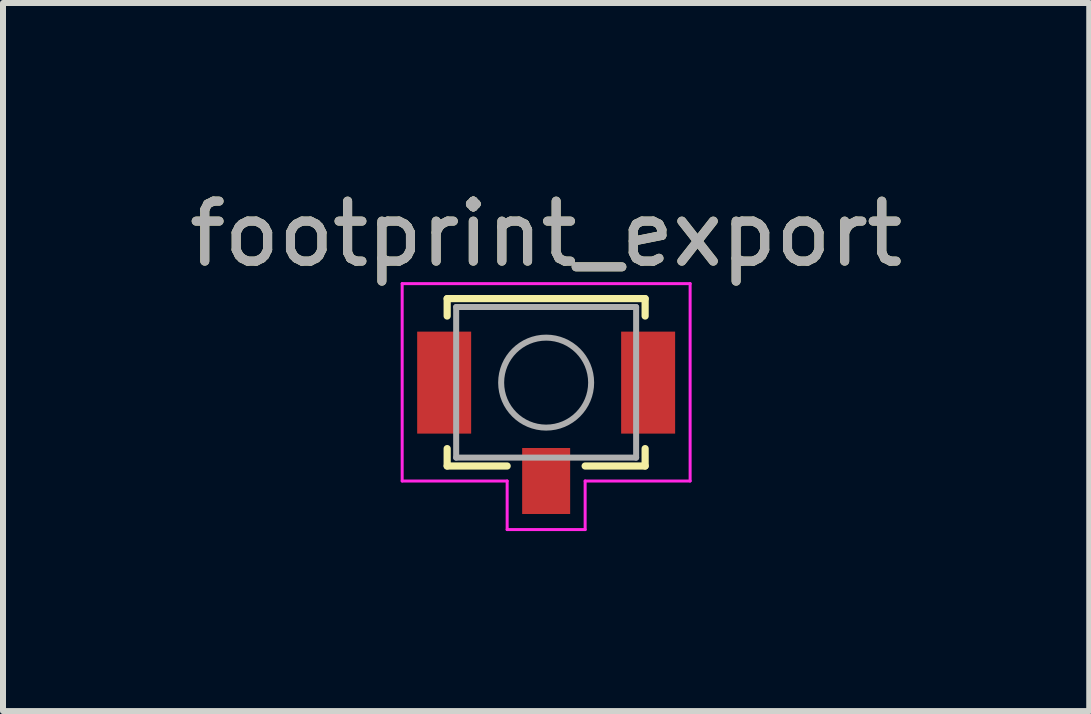
<source format=kicad_pcb>
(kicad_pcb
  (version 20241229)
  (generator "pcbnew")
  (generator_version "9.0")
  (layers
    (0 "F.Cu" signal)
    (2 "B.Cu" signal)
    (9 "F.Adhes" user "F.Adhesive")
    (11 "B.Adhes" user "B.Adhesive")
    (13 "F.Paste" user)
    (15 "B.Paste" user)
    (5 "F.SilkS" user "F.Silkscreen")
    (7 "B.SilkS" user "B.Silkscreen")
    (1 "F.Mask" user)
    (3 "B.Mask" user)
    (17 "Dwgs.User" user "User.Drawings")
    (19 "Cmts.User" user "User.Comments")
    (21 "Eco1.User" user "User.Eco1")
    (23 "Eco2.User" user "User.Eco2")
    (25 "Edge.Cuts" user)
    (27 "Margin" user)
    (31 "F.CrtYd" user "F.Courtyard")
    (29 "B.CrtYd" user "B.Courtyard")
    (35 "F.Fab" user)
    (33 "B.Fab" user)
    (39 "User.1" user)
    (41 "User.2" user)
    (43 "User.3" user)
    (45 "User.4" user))
  (footprint "footprint_export"
    (layer "F.Cu")
    (at 6.054 4.148)
    (property "Reference" "footprint_export" (at 0 -3.3 0) (layer "F.SilkS") (effects (font (size 1 1) (thickness 0.15))))
    (attr smd)
    (fp_line (start -1.65 -2.22) (end 1.65 -2.22) (stroke (width 0.12) (type solid)) (layer "F.SilkS"))
    (fp_line (start -1.65 -1.93) (end -1.65 -2.22) (stroke (width 0.12) (type solid)) (layer "F.SilkS"))
    (fp_line (start -1.65 0.28) (end -1.65 0.57) (stroke (width 0.12) (type solid)) (layer "F.SilkS"))
    (fp_line (start -1.65 0.57) (end -0.65 0.57) (stroke (width 0.12) (type solid)) (layer "F.SilkS"))
    (fp_line (start 1.65 -2.22) (end 1.65 -1.93) (stroke (width 0.12) (type solid)) (layer "F.SilkS"))
    (fp_line (start 1.65 0.57) (end 0.65 0.57) (stroke (width 0.12) (type solid)) (layer "F.SilkS"))
    (fp_line (start 1.65 0.57) (end 1.65 0.28) (stroke (width 0.12) (type solid)) (layer "F.SilkS"))
    (fp_line (start -2.4 -2.47) (end -2.4 0.82) (stroke (width 0.05) (type solid)) (layer "F.CrtYd"))
    (fp_line (start -2.4 0.82) (end -0.65 0.82) (stroke (width 0.05) (type solid)) (layer "F.CrtYd"))
    (fp_line (start -0.65 0.82) (end -0.65 1.63) (stroke (width 0.05) (type solid)) (layer "F.CrtYd"))
    (fp_line (start -0.65 1.63) (end 0.65 1.63) (stroke (width 0.05) (type solid)) (layer "F.CrtYd"))
    (fp_line (start 0.65 0.82) (end 2.4 0.82) (stroke (width 0.05) (type solid)) (layer "F.CrtYd"))
    (fp_line (start 0.65 1.63) (end 0.65 0.82) (stroke (width 0.05) (type solid)) (layer "F.CrtYd"))
    (fp_line (start 2.4 -2.47) (end -2.4 -2.47) (stroke (width 0.05) (type solid)) (layer "F.CrtYd"))
    (fp_line (start 2.4 0.82) (end 2.4 -2.47) (stroke (width 0.05) (type solid)) (layer "F.CrtYd"))
    (fp_line (start -1.5 -2.08) (end 1.5 -2.08) (stroke (width 0.1) (type solid)) (layer "F.Fab"))
    (fp_line (start -1.5 0.43) (end -1.5 -2.08) (stroke (width 0.1) (type solid)) (layer "F.Fab"))
    (fp_line (start 1.5 -2.08) (end 1.5 0.43) (stroke (width 0.1) (type solid)) (layer "F.Fab"))
    (fp_line (start 1.5 0.43) (end -1.5 0.43) (stroke (width 0.1) (type solid)) (layer "F.Fab"))
    (fp_circle (center 0 -0.82) (end 0.75 -0.82) (stroke (width 0.1) (type solid)) (fill no) (layer "F.Fab"))
    (fp_text user "${REFERENCE}" (at 0 -3.3 0) (layer "F.Fab") (effects (font (size 1 1) (thickness 0.15))))
    (pad "1" smd rect (at -1.7 -0.82) (size 0.9 1.7) (layers "F.Cu" "F.Mask" "F.Paste"))
    (pad "2" smd rect (at 1.7 -0.82) (size 0.9 1.7) (layers "F.Cu" "F.Mask" "F.Paste"))
    (pad "3" smd rect (at 0 0.82) (size 0.8 1.1) (layers "F.Cu" "F.Mask" "F.Paste")))
  (gr_rect
    (start -3 -3)
    (end 15.107 8.803)
    (stroke (width 0.1) (type default))
    (fill no)
    (layer "Edge.Cuts")))
</source>
